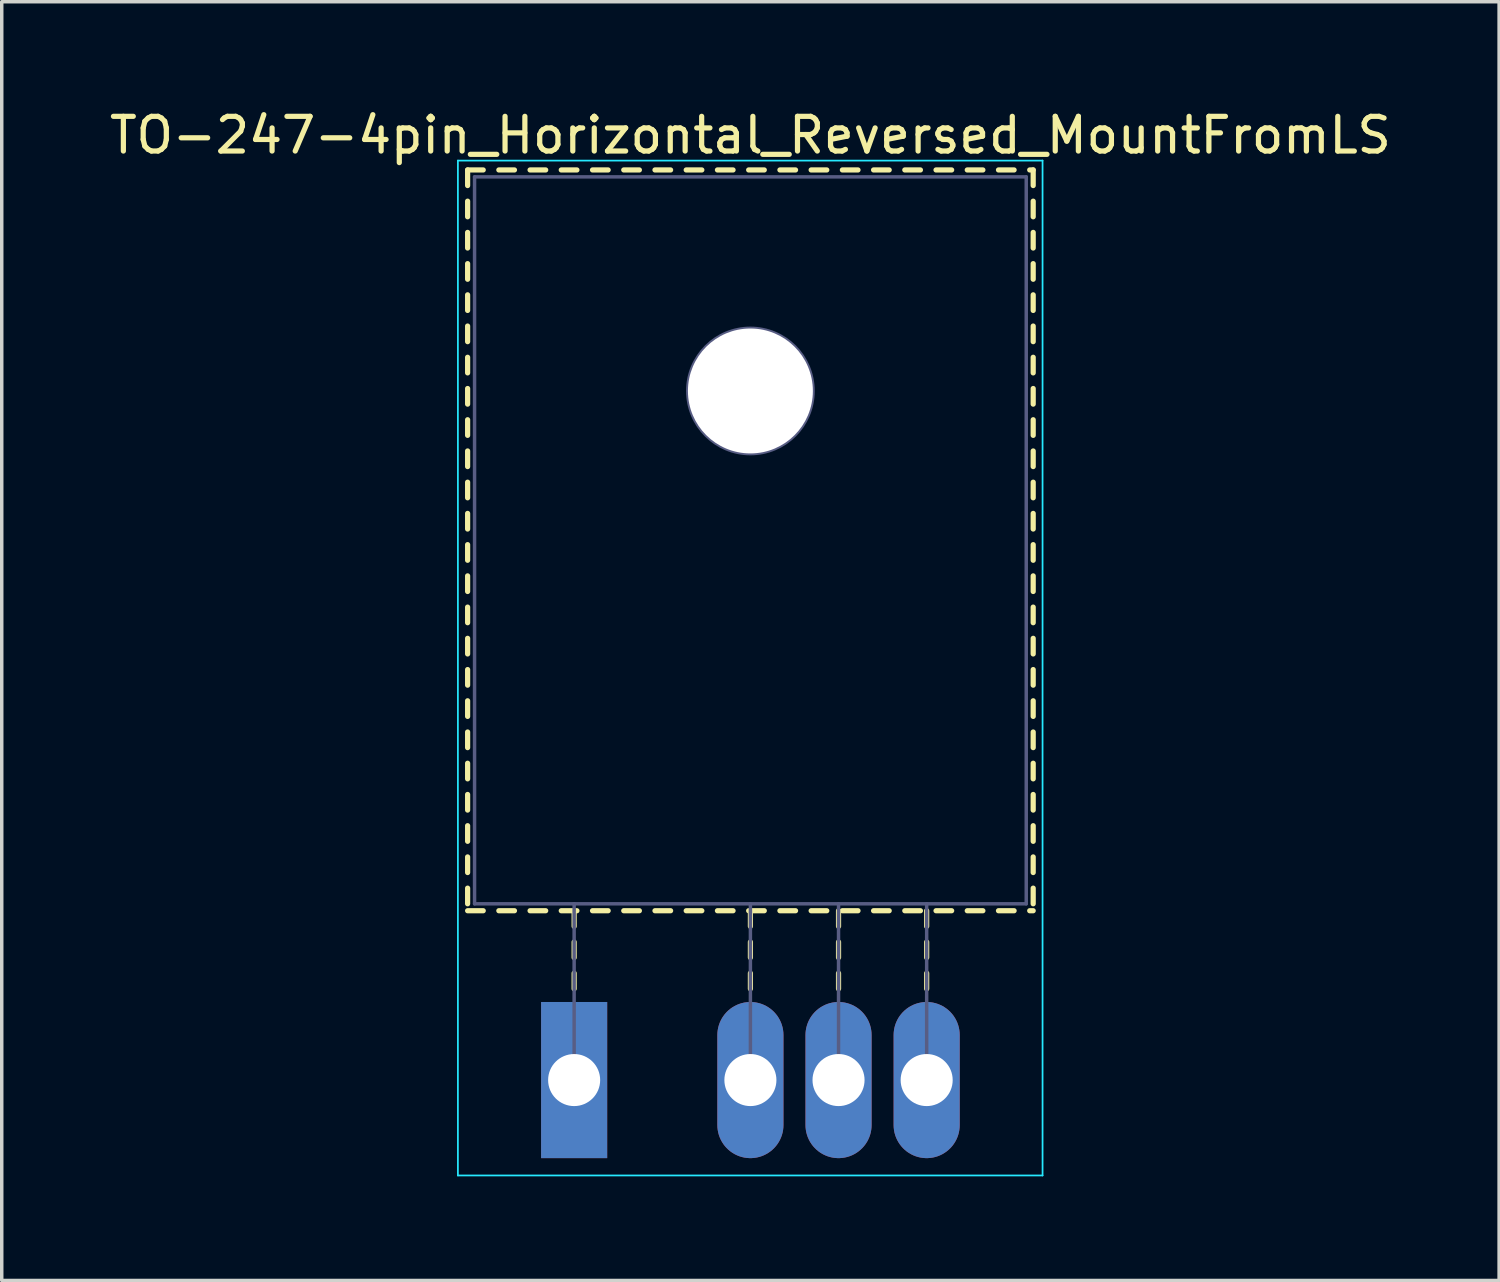
<source format=kicad_pcb>
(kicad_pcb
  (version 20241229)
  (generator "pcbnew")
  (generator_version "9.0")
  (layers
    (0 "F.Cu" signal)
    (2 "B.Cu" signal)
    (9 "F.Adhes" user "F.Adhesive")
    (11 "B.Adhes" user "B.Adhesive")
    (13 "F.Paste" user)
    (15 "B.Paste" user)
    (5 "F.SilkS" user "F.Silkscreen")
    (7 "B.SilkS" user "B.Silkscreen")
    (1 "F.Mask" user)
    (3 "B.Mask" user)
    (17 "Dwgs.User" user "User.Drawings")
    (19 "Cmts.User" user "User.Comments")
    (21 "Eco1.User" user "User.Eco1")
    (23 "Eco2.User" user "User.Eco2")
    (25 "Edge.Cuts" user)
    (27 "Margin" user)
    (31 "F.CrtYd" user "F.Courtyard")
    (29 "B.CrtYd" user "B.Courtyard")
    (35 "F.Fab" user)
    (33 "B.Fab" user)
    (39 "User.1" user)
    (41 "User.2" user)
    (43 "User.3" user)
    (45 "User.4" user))
  (footprint "TO-247-4pin_Horizontal_Reversed_MountFromLS"
    (layer "F.Cu")
    (at 13.497 28.078)
    (property "Reference" "TO-247-4pin_Horizontal_Reversed_MountFromLS" (at 5.08 -27.23 0) (layer "F.SilkS") (effects (font (size 1 1) (thickness 0.15))))
    (attr through_hole)
    (fp_line (start -3.07 -26.23) (end -3.07 -25.78) (stroke (width 0.15) (type solid)) (layer "F.SilkS"))
    (fp_line (start -3.07 -26.23) (end -2.62 -26.23) (stroke (width 0.15) (type solid)) (layer "F.SilkS"))
    (fp_line (start -3.07 -25.33) (end -3.07 -24.88) (stroke (width 0.15) (type solid)) (layer "F.SilkS"))
    (fp_line (start -3.07 -24.43) (end -3.07 -23.98) (stroke (width 0.15) (type solid)) (layer "F.SilkS"))
    (fp_line (start -3.07 -23.53) (end -3.07 -23.08) (stroke (width 0.15) (type solid)) (layer "F.SilkS"))
    (fp_line (start -3.07 -22.631) (end -3.07 -22.181) (stroke (width 0.15) (type solid)) (layer "F.SilkS"))
    (fp_line (start -3.07 -21.731) (end -3.07 -21.281) (stroke (width 0.15) (type solid)) (layer "F.SilkS"))
    (fp_line (start -3.07 -20.831) (end -3.07 -20.381) (stroke (width 0.15) (type solid)) (layer "F.SilkS"))
    (fp_line (start -3.07 -19.931) (end -3.07 -19.481) (stroke (width 0.15) (type solid)) (layer "F.SilkS"))
    (fp_line (start -3.07 -19.031) (end -3.07 -18.581) (stroke (width 0.15) (type solid)) (layer "F.SilkS"))
    (fp_line (start -3.07 -18.131) (end -3.07 -17.681) (stroke (width 0.15) (type solid)) (layer "F.SilkS"))
    (fp_line (start -3.07 -17.231) (end -3.07 -16.781) (stroke (width 0.15) (type solid)) (layer "F.SilkS"))
    (fp_line (start -3.07 -16.331) (end -3.07 -15.881) (stroke (width 0.15) (type solid)) (layer "F.SilkS"))
    (fp_line (start -3.07 -15.431) (end -3.07 -14.981) (stroke (width 0.15) (type solid)) (layer "F.SilkS"))
    (fp_line (start -3.07 -14.531) (end -3.07 -14.081) (stroke (width 0.15) (type solid)) (layer "F.SilkS"))
    (fp_line (start -3.07 -13.631) (end -3.07 -13.181) (stroke (width 0.15) (type solid)) (layer "F.SilkS"))
    (fp_line (start -3.07 -12.731) (end -3.07 -12.281) (stroke (width 0.15) (type solid)) (layer "F.SilkS"))
    (fp_line (start -3.07 -11.831) (end -3.07 -11.381) (stroke (width 0.15) (type solid)) (layer "F.SilkS"))
    (fp_line (start -3.07 -10.931) (end -3.07 -10.481) (stroke (width 0.15) (type solid)) (layer "F.SilkS"))
    (fp_line (start -3.07 -10.031) (end -3.07 -9.581) (stroke (width 0.15) (type solid)) (layer "F.SilkS"))
    (fp_line (start -3.07 -9.131) (end -3.07 -8.681) (stroke (width 0.15) (type solid)) (layer "F.SilkS"))
    (fp_line (start -3.07 -8.231) (end -3.07 -7.781) (stroke (width 0.15) (type solid)) (layer "F.SilkS"))
    (fp_line (start -3.07 -7.331) (end -3.07 -6.881) (stroke (width 0.15) (type solid)) (layer "F.SilkS"))
    (fp_line (start -3.07 -6.431) (end -3.07 -5.981) (stroke (width 0.15) (type solid)) (layer "F.SilkS"))
    (fp_line (start -3.07 -5.531) (end -3.07 -5.081) (stroke (width 0.15) (type solid)) (layer "F.SilkS"))
    (fp_line (start -3.07 -4.88) (end -2.62 -4.88) (stroke (width 0.15) (type solid)) (layer "F.SilkS"))
    (fp_line (start -2.17 -26.23) (end -1.72 -26.23) (stroke (width 0.15) (type solid)) (layer "F.SilkS"))
    (fp_line (start -2.17 -4.88) (end -1.72 -4.88) (stroke (width 0.15) (type solid)) (layer "F.SilkS"))
    (fp_line (start -1.27 -26.23) (end -0.82 -26.23) (stroke (width 0.15) (type solid)) (layer "F.SilkS"))
    (fp_line (start -1.27 -4.88) (end -0.82 -4.88) (stroke (width 0.15) (type solid)) (layer "F.SilkS"))
    (fp_line (start -0.371 -26.23) (end 0.08 -26.23) (stroke (width 0.15) (type solid)) (layer "F.SilkS"))
    (fp_line (start -0.371 -4.88) (end 0.08 -4.88) (stroke (width 0.15) (type solid)) (layer "F.SilkS"))
    (fp_line (start 0 -4.88) (end 0 -4.43) (stroke (width 0.15) (type solid)) (layer "F.SilkS"))
    (fp_line (start 0 -3.98) (end 0 -3.53) (stroke (width 0.15) (type solid)) (layer "F.SilkS"))
    (fp_line (start 0 -3.08) (end 0 -2.63) (stroke (width 0.15) (type solid)) (layer "F.SilkS"))
    (fp_line (start 0.53 -26.23) (end 0.98 -26.23) (stroke (width 0.15) (type solid)) (layer "F.SilkS"))
    (fp_line (start 0.53 -4.88) (end 0.98 -4.88) (stroke (width 0.15) (type solid)) (layer "F.SilkS"))
    (fp_line (start 1.43 -26.23) (end 1.88 -26.23) (stroke (width 0.15) (type solid)) (layer "F.SilkS"))
    (fp_line (start 1.43 -4.88) (end 1.88 -4.88) (stroke (width 0.15) (type solid)) (layer "F.SilkS"))
    (fp_line (start 2.33 -26.23) (end 2.78 -26.23) (stroke (width 0.15) (type solid)) (layer "F.SilkS"))
    (fp_line (start 2.33 -4.88) (end 2.78 -4.88) (stroke (width 0.15) (type solid)) (layer "F.SilkS"))
    (fp_line (start 3.23 -26.23) (end 3.68 -26.23) (stroke (width 0.15) (type solid)) (layer "F.SilkS"))
    (fp_line (start 3.23 -4.88) (end 3.68 -4.88) (stroke (width 0.15) (type solid)) (layer "F.SilkS"))
    (fp_line (start 4.13 -26.23) (end 4.58 -26.23) (stroke (width 0.15) (type solid)) (layer "F.SilkS"))
    (fp_line (start 4.13 -4.88) (end 4.58 -4.88) (stroke (width 0.15) (type solid)) (layer "F.SilkS"))
    (fp_line (start 5.03 -26.23) (end 5.48 -26.23) (stroke (width 0.15) (type solid)) (layer "F.SilkS"))
    (fp_line (start 5.03 -4.88) (end 5.48 -4.88) (stroke (width 0.15) (type solid)) (layer "F.SilkS"))
    (fp_line (start 5.08 -4.88) (end 5.08 -4.43) (stroke (width 0.15) (type solid)) (layer "F.SilkS"))
    (fp_line (start 5.08 -3.98) (end 5.08 -3.53) (stroke (width 0.15) (type solid)) (layer "F.SilkS"))
    (fp_line (start 5.08 -3.08) (end 5.08 -2.63) (stroke (width 0.15) (type solid)) (layer "F.SilkS"))
    (fp_line (start 5.931 -26.23) (end 6.381 -26.23) (stroke (width 0.15) (type solid)) (layer "F.SilkS"))
    (fp_line (start 5.931 -4.88) (end 6.381 -4.88) (stroke (width 0.15) (type solid)) (layer "F.SilkS"))
    (fp_line (start 6.831 -26.23) (end 7.281 -26.23) (stroke (width 0.15) (type solid)) (layer "F.SilkS"))
    (fp_line (start 6.831 -4.88) (end 7.281 -4.88) (stroke (width 0.15) (type solid)) (layer "F.SilkS"))
    (fp_line (start 7.62 -4.88) (end 7.62 -4.43) (stroke (width 0.15) (type solid)) (layer "F.SilkS"))
    (fp_line (start 7.62 -3.98) (end 7.62 -3.53) (stroke (width 0.15) (type solid)) (layer "F.SilkS"))
    (fp_line (start 7.62 -3.08) (end 7.62 -2.63) (stroke (width 0.15) (type solid)) (layer "F.SilkS"))
    (fp_line (start 7.731 -26.23) (end 8.181 -26.23) (stroke (width 0.15) (type solid)) (layer "F.SilkS"))
    (fp_line (start 7.731 -4.88) (end 8.181 -4.88) (stroke (width 0.15) (type solid)) (layer "F.SilkS"))
    (fp_line (start 8.63 -26.23) (end 9.08 -26.23) (stroke (width 0.15) (type solid)) (layer "F.SilkS"))
    (fp_line (start 8.63 -4.88) (end 9.08 -4.88) (stroke (width 0.15) (type solid)) (layer "F.SilkS"))
    (fp_line (start 9.53 -26.23) (end 9.98 -26.23) (stroke (width 0.15) (type solid)) (layer "F.SilkS"))
    (fp_line (start 9.53 -4.88) (end 9.98 -4.88) (stroke (width 0.15) (type solid)) (layer "F.SilkS"))
    (fp_line (start 10.16 -4.88) (end 10.16 -4.43) (stroke (width 0.15) (type solid)) (layer "F.SilkS"))
    (fp_line (start 10.16 -3.98) (end 10.16 -3.53) (stroke (width 0.15) (type solid)) (layer "F.SilkS"))
    (fp_line (start 10.16 -3.08) (end 10.16 -2.63) (stroke (width 0.15) (type solid)) (layer "F.SilkS"))
    (fp_line (start 10.43 -26.23) (end 10.88 -26.23) (stroke (width 0.15) (type solid)) (layer "F.SilkS"))
    (fp_line (start 10.43 -4.88) (end 10.88 -4.88) (stroke (width 0.15) (type solid)) (layer "F.SilkS"))
    (fp_line (start 11.33 -26.23) (end 11.78 -26.23) (stroke (width 0.15) (type solid)) (layer "F.SilkS"))
    (fp_line (start 11.33 -4.88) (end 11.78 -4.88) (stroke (width 0.15) (type solid)) (layer "F.SilkS"))
    (fp_line (start 12.23 -26.23) (end 12.68 -26.23) (stroke (width 0.15) (type solid)) (layer "F.SilkS"))
    (fp_line (start 12.23 -4.88) (end 12.68 -4.88) (stroke (width 0.15) (type solid)) (layer "F.SilkS"))
    (fp_line (start 13.13 -26.23) (end 13.23 -26.23) (stroke (width 0.15) (type solid)) (layer "F.SilkS"))
    (fp_line (start 13.13 -4.88) (end 13.23 -4.88) (stroke (width 0.15) (type solid)) (layer "F.SilkS"))
    (fp_line (start 13.23 -26.23) (end 13.23 -25.78) (stroke (width 0.15) (type solid)) (layer "F.SilkS"))
    (fp_line (start 13.23 -25.33) (end 13.23 -24.88) (stroke (width 0.15) (type solid)) (layer "F.SilkS"))
    (fp_line (start 13.23 -24.43) (end 13.23 -23.98) (stroke (width 0.15) (type solid)) (layer "F.SilkS"))
    (fp_line (start 13.23 -23.53) (end 13.23 -23.08) (stroke (width 0.15) (type solid)) (layer "F.SilkS"))
    (fp_line (start 13.23 -22.631) (end 13.23 -22.181) (stroke (width 0.15) (type solid)) (layer "F.SilkS"))
    (fp_line (start 13.23 -21.731) (end 13.23 -21.281) (stroke (width 0.15) (type solid)) (layer "F.SilkS"))
    (fp_line (start 13.23 -20.831) (end 13.23 -20.381) (stroke (width 0.15) (type solid)) (layer "F.SilkS"))
    (fp_line (start 13.23 -19.931) (end 13.23 -19.481) (stroke (width 0.15) (type solid)) (layer "F.SilkS"))
    (fp_line (start 13.23 -19.031) (end 13.23 -18.581) (stroke (width 0.15) (type solid)) (layer "F.SilkS"))
    (fp_line (start 13.23 -18.131) (end 13.23 -17.681) (stroke (width 0.15) (type solid)) (layer "F.SilkS"))
    (fp_line (start 13.23 -17.231) (end 13.23 -16.781) (stroke (width 0.15) (type solid)) (layer "F.SilkS"))
    (fp_line (start 13.23 -16.331) (end 13.23 -15.881) (stroke (width 0.15) (type solid)) (layer "F.SilkS"))
    (fp_line (start 13.23 -15.431) (end 13.23 -14.981) (stroke (width 0.15) (type solid)) (layer "F.SilkS"))
    (fp_line (start 13.23 -14.531) (end 13.23 -14.081) (stroke (width 0.15) (type solid)) (layer "F.SilkS"))
    (fp_line (start 13.23 -13.631) (end 13.23 -13.181) (stroke (width 0.15) (type solid)) (layer "F.SilkS"))
    (fp_line (start 13.23 -12.731) (end 13.23 -12.281) (stroke (width 0.15) (type solid)) (layer "F.SilkS"))
    (fp_line (start 13.23 -11.831) (end 13.23 -11.381) (stroke (width 0.15) (type solid)) (layer "F.SilkS"))
    (fp_line (start 13.23 -10.931) (end 13.23 -10.481) (stroke (width 0.15) (type solid)) (layer "F.SilkS"))
    (fp_line (start 13.23 -10.031) (end 13.23 -9.581) (stroke (width 0.15) (type solid)) (layer "F.SilkS"))
    (fp_line (start 13.23 -9.131) (end 13.23 -8.681) (stroke (width 0.15) (type solid)) (layer "F.SilkS"))
    (fp_line (start 13.23 -8.231) (end 13.23 -7.781) (stroke (width 0.15) (type solid)) (layer "F.SilkS"))
    (fp_line (start 13.23 -7.331) (end 13.23 -6.881) (stroke (width 0.15) (type solid)) (layer "F.SilkS"))
    (fp_line (start 13.23 -6.431) (end 13.23 -5.981) (stroke (width 0.15) (type solid)) (layer "F.SilkS"))
    (fp_line (start 13.23 -5.531) (end 13.23 -5.081) (stroke (width 0.15) (type solid)) (layer "F.SilkS"))
    (fp_line (start -3.35 -26.5) (end -3.35 2.75) (stroke (width 0.05) (type solid)) (layer "B.CrtYd"))
    (fp_line (start -3.35 2.75) (end 13.5 2.75) (stroke (width 0.05) (type solid)) (layer "B.CrtYd"))
    (fp_line (start 13.5 -26.5) (end -3.35 -26.5) (stroke (width 0.05) (type solid)) (layer "B.CrtYd"))
    (fp_line (start 13.5 2.75) (end 13.5 -26.5) (stroke (width 0.05) (type solid)) (layer "B.CrtYd"))
    (fp_line (start -2.87 -26.03) (end 13.03 -26.03) (stroke (width 0.1) (type solid)) (layer "B.Fab"))
    (fp_line (start -2.87 -5.08) (end -2.87 -26.03) (stroke (width 0.1) (type solid)) (layer "B.Fab"))
    (fp_line (start 0 -5.08) (end 0 0) (stroke (width 0.1) (type solid)) (layer "B.Fab"))
    (fp_line (start 5.08 -5.08) (end 5.08 0) (stroke (width 0.1) (type solid)) (layer "B.Fab"))
    (fp_line (start 7.62 -5.08) (end 7.62 0) (stroke (width 0.1) (type solid)) (layer "B.Fab"))
    (fp_line (start 10.16 -5.08) (end 10.16 0) (stroke (width 0.1) (type solid)) (layer "B.Fab"))
    (fp_line (start 13.03 -26.03) (end 13.03 -5.08) (stroke (width 0.1) (type solid)) (layer "B.Fab"))
    (fp_line (start 13.03 -5.08) (end -2.87 -5.08) (stroke (width 0.1) (type solid)) (layer "B.Fab"))
    (fp_circle (center 5.08 -19.86) (end 6.885 -19.86) (stroke (width 0.1) (type solid)) (fill no) (layer "B.Fab"))
    (pad "" np_thru_hole oval (at 5.08 -19.86) (size 3.6 3.6) (drill 3.6) (layers "*.Cu" "*.Mask"))
    (pad "1" thru_hole rect (at 0 0) (size 1.905 4.5) (drill 1.5) (layers "*.Cu" "*.Mask"))
    (pad "2" thru_hole oval (at 5.08 0) (size 1.905 4.5) (drill 1.5) (layers "*.Cu" "*.Mask"))
    (pad "3" thru_hole oval (at 7.62 0) (size 1.905 4.5) (drill 1.5) (layers "*.Cu" "*.Mask"))
    (pad "4" thru_hole oval (at 10.16 0) (size 1.905 4.5) (drill 1.5) (layers "*.Cu" "*.Mask")))
  (gr_rect
    (start -3 -3)
    (end 40.155 33.853)
    (stroke (width 0.1) (type default))
    (fill no)
    (layer "Edge.Cuts")))
</source>
